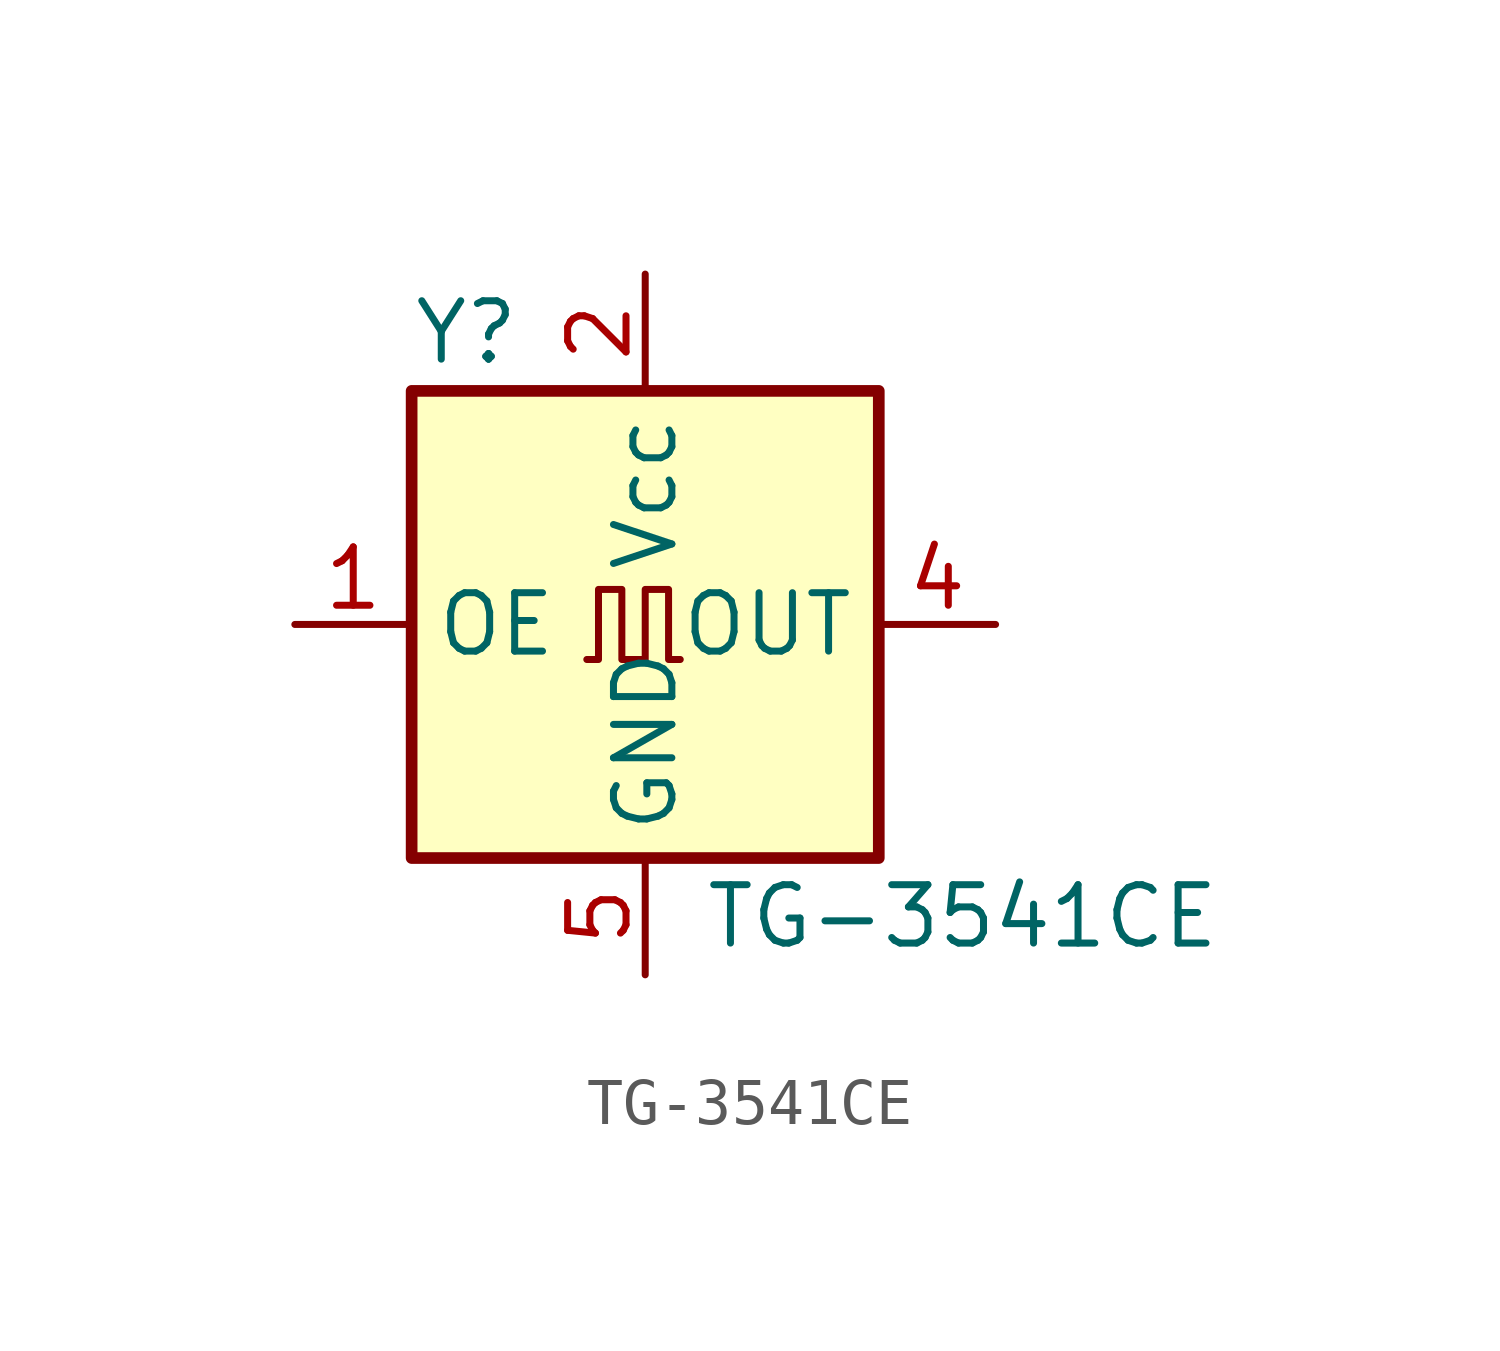
<source format=kicad_sym>
(kicad_symbol_lib
  (version 20211014)
  (generator kicad_symbol_editor)
  (symbol "TG-3541CE"
    (property "Reference" "Y"
      (at -5.08 6.35 0)
      (effects (font (size 1.27 1.27)) (justify left)))
    (property "Value" "TG-3541CE"
      (at 1.27 -6.35 0)
      (effects (font (size 1.27 1.27)) (justify left)))
    (symbol "TG-3541CE_0_1"
      (rectangle (start -5.08 5.08) (end 5.08 -5.08) (stroke (width 0.254) (type default) (color 0 0 0 0)) (fill (type background)))
      (polyline (pts (xy -1.27 -0.762) (xy -1.016 -0.762) (xy -1.016 0.762) (xy -0.508 0.762) (xy -0.508 -0.762) (xy 0 -0.762) (xy 0 0.762) (xy 0.508 0.762) (xy 0.508 -0.762) (xy 0.762 -0.762)) (stroke (width 0) (type default) (color 0 0 0 0)) (fill (type none))))
    (symbol "TG-3541CE_1_1"
      (pin input line (at -7.62 0 0) (length 2.54) (name "OE" (effects (font (size 1.27 1.27)))) (number "1" (effects (font (size 1.27 1.27)))))
      (pin no_connect line (at 5.08 2.54 180) (length 2.54) hide (name "NC" (effects (font (size 1.27 1.27)))) (number "10" (effects (font (size 1.27 1.27)))))
      (pin power_in line (at 0 7.62 270) (length 2.54) (name "Vcc" (effects (font (size 1.27 1.27)))) (number "2" (effects (font (size 1.27 1.27)))))
      (pin passive line (at 0 7.62 270) (length 2.54) hide (name "Vcc" (effects (font (size 1.27 1.27)))) (number "3" (effects (font (size 1.27 1.27)))))
      (pin output line (at 7.62 0 180) (length 2.54) (name "OUT" (effects (font (size 1.27 1.27)))) (number "4" (effects (font (size 1.27 1.27)))))
      (pin power_in line (at 0 -7.62 90) (length 2.54) (name "GND" (effects (font (size 1.27 1.27)))) (number "5" (effects (font (size 1.27 1.27)))))
      (pin no_connect line (at 5.08 -2.54 180) (length 2.54) hide (name "NC" (effects (font (size 1.27 1.27)))) (number "6" (effects (font (size 1.27 1.27)))))
      (pin passive line (at 0 -7.62 90) (length 2.54) hide (name "GND" (effects (font (size 1.27 1.27)))) (number "7" (effects (font (size 1.27 1.27)))))
      (pin passive line (at 0 -7.62 90) (length 2.54) hide (name "GND" (effects (font (size 1.27 1.27)))) (number "8" (effects (font (size 1.27 1.27)))))
      (pin passive line (at 0 -7.62 90) (length 2.54) hide (name "GND" (effects (font (size 1.27 1.27)))) (number "9" (effects (font (size 1.27 1.27))))))))
</source>
